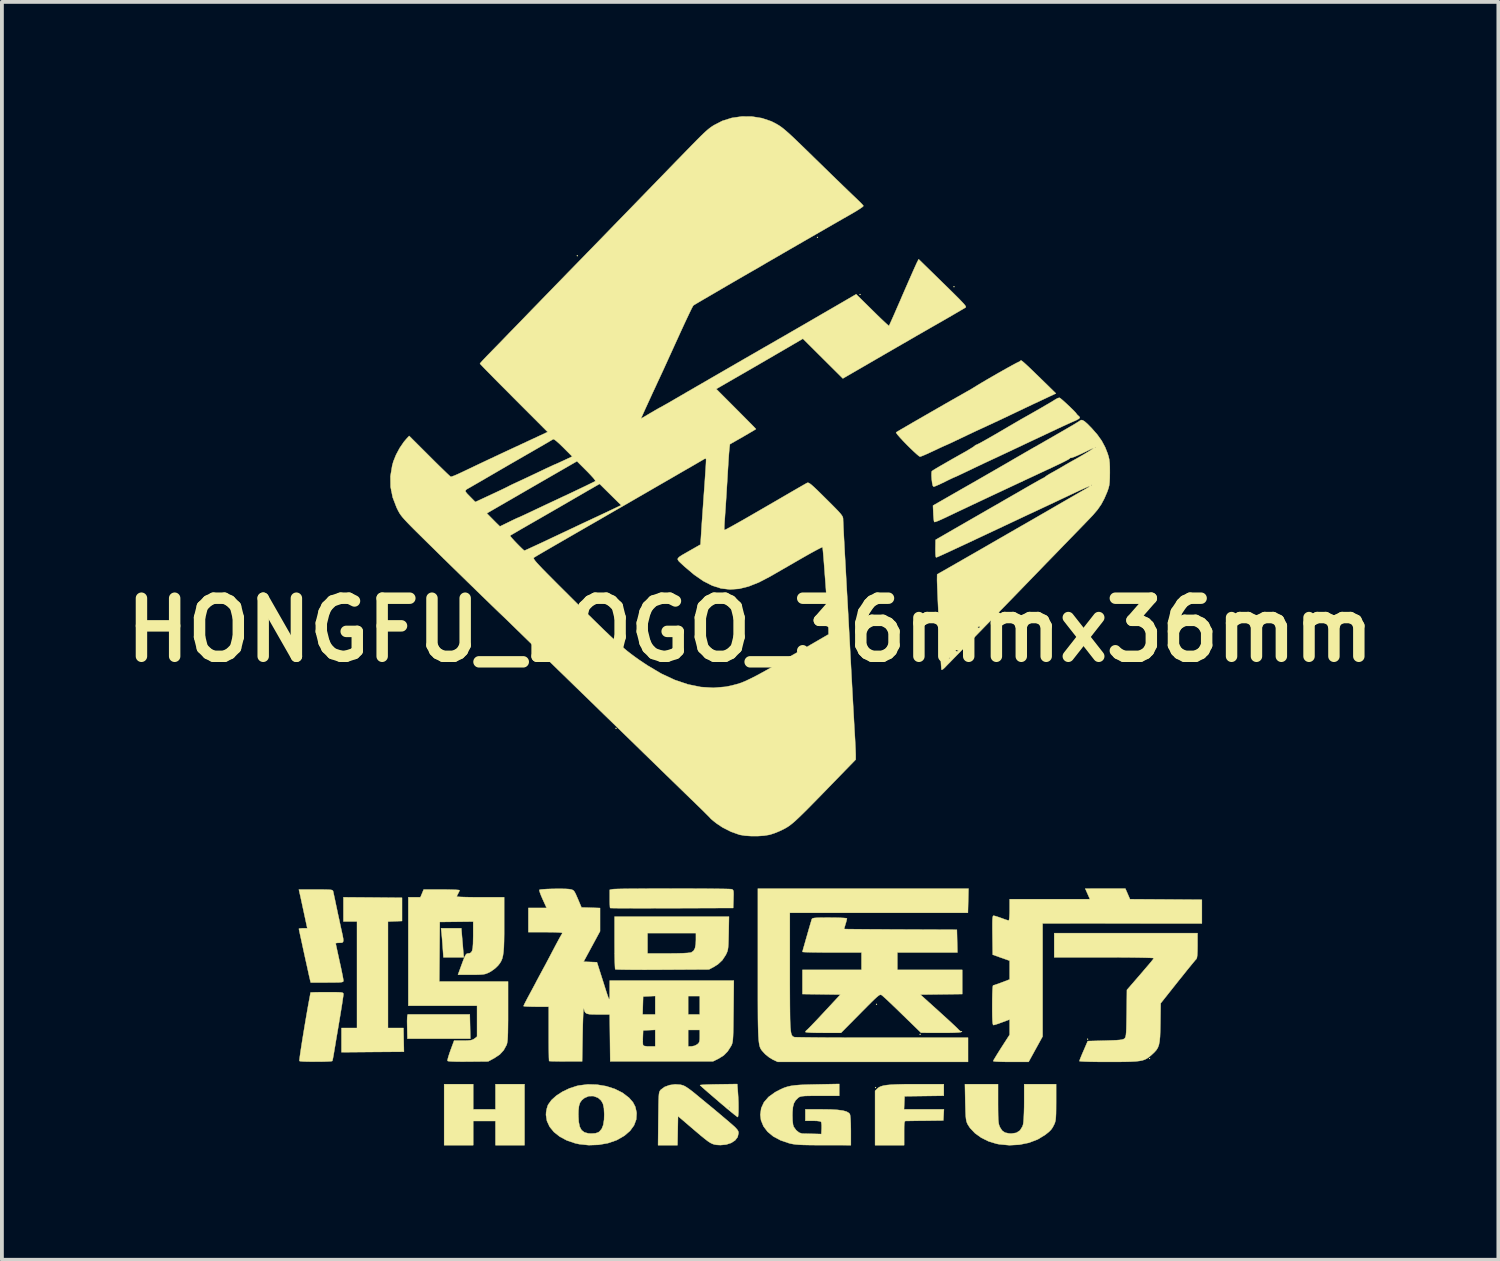
<source format=kicad_pcb>
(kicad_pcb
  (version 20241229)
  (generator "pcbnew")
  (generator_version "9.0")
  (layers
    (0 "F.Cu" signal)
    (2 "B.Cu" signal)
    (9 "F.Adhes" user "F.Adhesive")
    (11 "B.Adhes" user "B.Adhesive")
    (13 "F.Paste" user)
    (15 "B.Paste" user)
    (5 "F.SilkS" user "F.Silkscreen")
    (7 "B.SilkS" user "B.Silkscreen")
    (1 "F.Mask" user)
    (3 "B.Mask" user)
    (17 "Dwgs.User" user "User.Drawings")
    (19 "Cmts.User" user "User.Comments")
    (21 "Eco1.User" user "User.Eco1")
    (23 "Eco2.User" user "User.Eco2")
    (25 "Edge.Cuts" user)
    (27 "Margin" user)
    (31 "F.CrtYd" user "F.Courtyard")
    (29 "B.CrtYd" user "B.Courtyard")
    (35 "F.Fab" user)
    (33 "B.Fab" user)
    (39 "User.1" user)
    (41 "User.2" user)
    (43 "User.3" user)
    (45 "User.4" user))
  (footprint "HONGFU_LOGO_36mmx36mm"
    (layer "F.Cu")
    (at 16.626 13.475)
    (property "Reference" "HONGFU_LOGO_36mmx36mm" (at 0 0 0) (layer "F.SilkS") (effects (font (size 1.524 1.524) (thickness 0.3))))
    (attr through_hole)
    (fp_poly (pts (xy -4.521 -9.817) (xy -4.534 -9.804) (xy -4.547 -9.817) (xy -4.534 -9.83) (xy -4.521 -9.817)) (stroke (width 0.01) (type solid)) (fill yes) (layer "F.SilkS"))
    (fp_poly (pts (xy -3.505 2.578) (xy -3.518 2.591) (xy -3.531 2.578) (xy -3.518 2.565) (xy -3.505 2.578)) (stroke (width 0.01) (type solid)) (fill yes) (layer "F.SilkS"))
    (fp_poly (pts (xy 1.778 -10.3) (xy 1.765 -10.287) (xy 1.753 -10.3) (xy 1.765 -10.312) (xy 1.778 -10.3)) (stroke (width 0.01) (type solid)) (fill yes) (layer "F.SilkS"))
    (fp_poly (pts (xy 2.896 -8.801) (xy 2.883 -8.788) (xy 2.87 -8.801) (xy 2.883 -8.814) (xy 2.896 -8.801)) (stroke (width 0.01) (type solid)) (fill yes) (layer "F.SilkS"))
    (fp_poly (pts (xy 3.302 12.002) (xy 3.289 12.014) (xy 3.277 12.002) (xy 3.289 11.989) (xy 3.302 12.002)) (stroke (width 0.01) (type solid)) (fill yes) (layer "F.SilkS"))
    (fp_poly (pts (xy 3.327 9.817) (xy 3.315 9.83) (xy 3.302 9.817) (xy 3.315 9.804) (xy 3.327 9.817)) (stroke (width 0.01) (type solid)) (fill yes) (layer "F.SilkS"))
    (fp_poly (pts (xy 4.47 10.604) (xy 4.458 10.617) (xy 4.445 10.604) (xy 4.458 10.592) (xy 4.47 10.604)) (stroke (width 0.01) (type solid)) (fill yes) (layer "F.SilkS"))
    (fp_poly (pts (xy 5.359 -9.004) (xy 5.347 -8.992) (xy 5.334 -9.004) (xy 5.347 -9.017) (xy 5.359 -9.004)) (stroke (width 0.01) (type solid)) (fill yes) (layer "F.SilkS"))
    (fp_poly (pts (xy 8.865 10.732) (xy 8.852 10.744) (xy 8.839 10.732) (xy 8.852 10.719) (xy 8.865 10.732)) (stroke (width 0.01) (type solid)) (fill yes) (layer "F.SilkS"))
    (fp_poly (pts (xy 10.49 11.239) (xy 10.477 11.252) (xy 10.465 11.239) (xy 10.477 11.227) (xy 10.49 11.239)) (stroke (width 0.01) (type solid)) (fill yes) (layer "F.SilkS"))
    (fp_poly (pts (xy -7.264 12.573) (xy -6.68 12.573) (xy -6.68 11.913) (xy -5.918 11.913) (xy -5.918 13.513) (xy -6.68 13.513) (xy -6.68 12.878) (xy -7.264 12.878) (xy -7.264 13.513) (xy -8.026 13.513) (xy -8.026 11.913) (xy -7.264 11.913) (xy -7.264 12.573)) (stroke (width 0.01) (type solid)) (fill yes) (layer "F.SilkS"))
    (fp_poly (pts (xy -7.56 8.014) (xy -7.549 8.145) (xy -7.536 8.291) (xy -7.528 8.395) (xy -7.511 8.585) (xy -8.045 8.585) (xy -8.062 8.338) (xy -8.071 8.212) (xy -8.081 8.088) (xy -8.09 7.987) (xy -8.093 7.957) (xy -8.108 7.823) (xy -7.576 7.823) (xy -7.56 8.014)) (stroke (width 0.01) (type solid)) (fill yes) (layer "F.SilkS"))
    (fp_poly (pts (xy -8.443 10.082) (xy -8.253 10.082) (xy -8.153 10.083) (xy -7.353 10.083) (xy -7.346 10.401) (xy -7.339 10.719) (xy -8.989 10.719) (xy -8.996 10.401) (xy -8.998 10.259) (xy -8.995 10.156) (xy -8.987 10.097) (xy -8.979 10.083) (xy -8.948 10.083) (xy -8.873 10.083) (xy -8.759 10.082) (xy -8.614 10.082) (xy -8.443 10.082)) (stroke (width 0.01) (type solid)) (fill yes) (layer "F.SilkS"))
    (fp_poly (pts (xy -9.9 7.016) (xy -9.131 7.023) (xy -9.131 7.633) (xy -9.315 7.64) (xy -9.5 7.648) (xy -9.5 10.439) (xy -9.093 10.439) (xy -9.089 10.655) (xy -9.087 10.769) (xy -9.085 10.875) (xy -9.083 10.955) (xy -9.083 10.966) (xy -9.081 11.062) (xy -9.9 11.068) (xy -10.719 11.075) (xy -10.719 10.439) (xy -10.312 10.439) (xy -10.312 7.645) (xy -10.668 7.645) (xy -10.668 7.01) (xy -9.9 7.016)) (stroke (width 0.01) (type solid)) (fill yes) (layer "F.SilkS"))
    (fp_poly (pts (xy 5.08 12.216) (xy 4.051 12.23) (xy 4.036 12.573) (xy 5.083 12.573) (xy 5.075 12.719) (xy 5.067 12.865) (xy 4.597 12.871) (xy 4.445 12.872) (xy 4.309 12.874) (xy 4.197 12.876) (xy 4.118 12.877) (xy 4.083 12.877) (xy 4.064 12.882) (xy 4.052 12.901) (xy 4.044 12.943) (xy 4.04 13.016) (xy 4.039 13.128) (xy 4.039 13.195) (xy 4.039 13.513) (xy 3.277 13.513) (xy 3.277 12.088) (xy 3.336 12.029) (xy 3.375 11.997) (xy 3.425 11.972) (xy 3.493 11.952) (xy 3.582 11.937) (xy 3.7 11.926) (xy 3.85 11.919) (xy 4.039 11.914) (xy 4.271 11.913) (xy 4.37 11.913) (xy 5.08 11.913) (xy 5.08 12.216)) (stroke (width 0.01) (type solid)) (fill yes) (layer "F.SilkS"))
    (fp_poly (pts (xy -0.322 12.12) (xy -0.313 12.259) (xy -0.307 12.397) (xy -0.306 12.527) (xy -0.307 12.638) (xy -0.312 12.722) (xy -0.32 12.769) (xy -0.325 12.776) (xy -0.35 12.76) (xy -0.407 12.716) (xy -0.492 12.647) (xy -0.599 12.559) (xy -0.627 12.535) (xy -0.559 12.535) (xy -0.546 12.548) (xy -0.533 12.535) (xy -0.546 12.522) (xy -0.559 12.535) (xy -0.627 12.535) (xy -0.722 12.455) (xy -0.827 12.366) (xy -0.959 12.252) (xy -1.078 12.15) (xy -1.179 12.062) (xy -1.255 11.995) (xy -1.302 11.952) (xy -1.315 11.939) (xy -1.293 11.933) (xy -1.228 11.928) (xy -1.127 11.923) (xy -0.998 11.919) (xy -0.849 11.916) (xy -0.83 11.916) (xy -0.338 11.909) (xy -0.322 12.12)) (stroke (width 0.01) (type solid)) (fill yes) (layer "F.SilkS"))
    (fp_poly (pts (xy -1.837 6.783) (xy -1.595 6.783) (xy -1.363 6.784) (xy -1.147 6.785) (xy -0.953 6.787) (xy -0.785 6.789) (xy -0.649 6.791) (xy -0.551 6.794) (xy -0.496 6.797) (xy -0.488 6.798) (xy -0.461 6.808) (xy -0.445 6.827) (xy -0.436 6.864) (xy -0.434 6.932) (xy -0.437 7.038) (xy -0.437 7.052) (xy -0.445 7.291) (xy -2.053 7.297) (xy -2.334 7.297) (xy -2.6 7.298) (xy -2.846 7.298) (xy -3.068 7.298) (xy -3.263 7.297) (xy -3.424 7.297) (xy -3.549 7.295) (xy -3.632 7.294) (xy -3.671 7.292) (xy -3.672 7.292) (xy -3.677 7.264) (xy -3.681 7.196) (xy -3.683 7.102) (xy -3.683 7.047) (xy -3.683 6.814) (xy -3.604 6.798) (xy -3.563 6.795) (xy -3.477 6.792) (xy -3.352 6.789) (xy -3.193 6.787) (xy -3.005 6.786) (xy -2.795 6.784) (xy -2.568 6.783) (xy -2.329 6.783) (xy -2.083 6.782) (xy -1.837 6.783)) (stroke (width 0.01) (type solid)) (fill yes) (layer "F.SilkS"))
    (fp_poly (pts (xy -0.563 7.957) (xy -0.567 8.117) (xy -0.571 8.236) (xy -0.577 8.323) (xy -0.586 8.387) (xy -0.6 8.437) (xy -0.62 8.483) (xy -0.639 8.522) (xy -0.731 8.662) (xy -0.847 8.77) (xy -0.965 8.843) (xy -1.079 8.903) (xy -2.3 8.91) (xy -2.544 8.911) (xy -2.773 8.912) (xy -2.981 8.911) (xy -3.163 8.91) (xy -3.315 8.908) (xy -3.432 8.906) (xy -3.508 8.903) (xy -3.538 8.9) (xy -3.538 8.9) (xy -3.543 8.87) (xy -3.547 8.797) (xy -3.551 8.687) (xy -3.554 8.546) (xy -3.555 8.381) (xy -3.556 8.2) (xy -3.556 7.95) (xy -2.692 7.95) (xy -2.692 8.484) (xy -2.147 8.484) (xy -1.943 8.482) (xy -1.775 8.478) (xy -1.649 8.471) (xy -1.568 8.462) (xy -1.541 8.455) (xy -1.483 8.413) (xy -1.446 8.344) (xy -1.427 8.239) (xy -1.422 8.127) (xy -1.422 7.95) (xy -2.692 7.95) (xy -3.556 7.95) (xy -3.556 7.518) (xy -0.555 7.518) (xy -0.563 7.957)) (stroke (width 0.01) (type solid)) (fill yes) (layer "F.SilkS"))
    (fp_poly (pts (xy -10.943 9.5) (xy -10.829 9.501) (xy -10.752 9.504) (xy -10.705 9.51) (xy -10.68 9.52) (xy -10.67 9.534) (xy -10.668 9.553) (xy -10.672 9.592) (xy -10.684 9.674) (xy -10.701 9.791) (xy -10.724 9.935) (xy -10.751 10.099) (xy -10.771 10.22) (xy -10.802 10.406) (xy -10.833 10.589) (xy -10.862 10.759) (xy -10.886 10.906) (xy -10.905 11.018) (xy -10.912 11.059) (xy -10.929 11.161) (xy -10.945 11.244) (xy -10.957 11.295) (xy -10.96 11.304) (xy -10.989 11.311) (xy -11.058 11.316) (xy -11.157 11.32) (xy -11.276 11.323) (xy -11.404 11.323) (xy -11.531 11.322) (xy -11.647 11.32) (xy -11.741 11.316) (xy -11.803 11.31) (xy -11.823 11.304) (xy -11.822 11.275) (xy -11.813 11.203) (xy -11.798 11.094) (xy -11.777 10.955) (xy -11.752 10.794) (xy -11.723 10.615) (xy -11.692 10.427) (xy -11.66 10.236) (xy -11.628 10.049) (xy -11.597 9.872) (xy -11.569 9.719) (xy -11.551 9.625) (xy -11.538 9.552) (xy -11.532 9.513) (xy -11.532 9.509) (xy -11.508 9.506) (xy -11.441 9.503) (xy -11.34 9.501) (xy -11.213 9.5) (xy -11.1 9.5) (xy -10.943 9.5)) (stroke (width 0.01) (type solid)) (fill yes) (layer "F.SilkS"))
    (fp_poly (pts (xy -1.825 11.927) (xy -1.75 11.948) (xy -1.693 11.977) (xy -1.61 12.032) (xy -1.514 12.104) (xy -1.434 12.169) (xy -1.335 12.251) (xy -1.242 12.328) (xy -1.167 12.389) (xy -1.129 12.421) (xy -1.084 12.457) (xy -1.008 12.52) (xy -0.909 12.602) (xy -0.794 12.699) (xy -0.677 12.798) (xy -0.547 12.908) (xy -0.451 12.991) (xy -0.384 13.053) (xy -0.342 13.1) (xy -0.318 13.136) (xy -0.307 13.167) (xy -0.305 13.196) (xy -0.328 13.299) (xy -0.394 13.386) (xy -0.496 13.453) (xy -0.626 13.496) (xy -0.777 13.51) (xy -0.822 13.508) (xy -0.883 13.504) (xy -0.937 13.495) (xy -0.988 13.478) (xy -1.044 13.451) (xy -1.109 13.408) (xy -1.191 13.345) (xy -1.296 13.26) (xy -1.428 13.148) (xy -1.537 13.055) (xy -1.892 12.751) (xy -1.906 13.513) (xy -2.415 13.513) (xy -2.408 12.816) (xy -2.405 12.61) (xy -2.403 12.449) (xy -2.4 12.326) (xy -2.396 12.236) (xy -2.391 12.172) (xy -2.383 12.128) (xy -2.372 12.098) (xy -2.358 12.076) (xy -2.341 12.056) (xy -2.34 12.056) (xy -2.242 11.984) (xy -2.113 11.937) (xy -1.969 11.917) (xy -1.825 11.927)) (stroke (width 0.01) (type solid)) (fill yes) (layer "F.SilkS"))
    (fp_poly (pts (xy 6.502 12.425) (xy 6.503 12.603) (xy 6.505 12.737) (xy 6.508 12.837) (xy 6.515 12.91) (xy 6.524 12.964) (xy 6.538 13.008) (xy 6.554 13.044) (xy 6.61 13.131) (xy 6.686 13.183) (xy 6.79 13.205) (xy 6.857 13.208) (xy 6.983 13.188) (xy 7.077 13.127) (xy 7.141 13.025) (xy 7.16 12.969) (xy 7.169 12.905) (xy 7.177 12.801) (xy 7.183 12.666) (xy 7.187 12.512) (xy 7.188 12.384) (xy 7.188 11.913) (xy 8.026 11.913) (xy 8.026 12.389) (xy 8.025 12.561) (xy 8.023 12.69) (xy 8.018 12.786) (xy 8.011 12.855) (xy 7.999 12.908) (xy 7.984 12.951) (xy 7.976 12.967) (xy 7.935 13.047) (xy 7.892 13.108) (xy 7.836 13.164) (xy 7.752 13.231) (xy 7.74 13.241) (xy 7.541 13.362) (xy 7.312 13.449) (xy 7.062 13.5) (xy 6.8 13.514) (xy 6.534 13.489) (xy 6.458 13.474) (xy 6.252 13.411) (xy 6.062 13.317) (xy 5.897 13.198) (xy 5.767 13.061) (xy 5.707 12.968) (xy 5.688 12.927) (xy 5.673 12.882) (xy 5.663 12.825) (xy 5.655 12.748) (xy 5.65 12.641) (xy 5.646 12.498) (xy 5.643 12.389) (xy 5.634 11.913) (xy 6.502 11.913) (xy 6.502 12.425)) (stroke (width 0.01) (type solid)) (fill yes) (layer "F.SilkS"))
    (fp_poly (pts (xy 5.72 7.099) (xy 5.712 7.417) (xy 1.041 7.417) (xy 1.041 8.967) (xy 1.041 9.299) (xy 1.042 9.584) (xy 1.043 9.825) (xy 1.045 10.026) (xy 1.047 10.192) (xy 1.051 10.325) (xy 1.057 10.43) (xy 1.065 10.51) (xy 1.074 10.57) (xy 1.086 10.611) (xy 1.101 10.64) (xy 1.118 10.658) (xy 1.138 10.67) (xy 1.157 10.678) (xy 1.188 10.68) (xy 1.266 10.682) (xy 1.387 10.684) (xy 1.549 10.686) (xy 1.746 10.688) (xy 1.975 10.69) (xy 2.234 10.691) (xy 2.517 10.692) (xy 2.821 10.693) (xy 3.143 10.693) (xy 3.456 10.693) (xy 5.715 10.693) (xy 5.715 11.328) (xy 3.219 11.328) (xy 0.724 11.328) (xy 0.597 11.269) (xy 0.502 11.212) (xy 0.409 11.138) (xy 0.375 11.104) (xy 0.345 11.071) (xy 0.318 11.042) (xy 0.295 11.013) (xy 0.275 10.98) (xy 0.258 10.941) (xy 0.244 10.892) (xy 0.233 10.829) (xy 0.224 10.749) (xy 0.217 10.648) (xy 0.212 10.524) (xy 0.208 10.372) (xy 0.205 10.189) (xy 0.204 9.972) (xy 0.203 9.717) (xy 0.203 9.42) (xy 0.203 9.079) (xy 0.203 8.798) (xy 0.203 6.782) (xy 2.965 6.782) (xy 5.728 6.782) (xy 5.72 7.099)) (stroke (width 0.01) (type solid)) (fill yes) (layer "F.SilkS"))
    (fp_poly (pts (xy -4.016 11.925) (xy -3.776 11.965) (xy -3.551 12.037) (xy -3.349 12.138) (xy -3.182 12.265) (xy -3.175 12.271) (xy -3.074 12.387) (xy -3.012 12.506) (xy -2.981 12.647) (xy -2.978 12.676) (xy -2.988 12.839) (xy -3.046 12.994) (xy -3.15 13.137) (xy -3.297 13.264) (xy -3.486 13.373) (xy -3.51 13.384) (xy -3.731 13.46) (xy -3.977 13.503) (xy -4.233 13.512) (xy -4.484 13.485) (xy -4.593 13.461) (xy -4.81 13.387) (xy -4.996 13.287) (xy -5.147 13.167) (xy -5.26 13.029) (xy -5.33 12.877) (xy -5.354 12.725) (xy -4.506 12.725) (xy -4.497 12.899) (xy -4.47 13.029) (xy -4.421 13.119) (xy -4.347 13.176) (xy -4.244 13.204) (xy -4.163 13.208) (xy -4.057 13.201) (xy -3.983 13.176) (xy -3.955 13.157) (xy -3.894 13.086) (xy -3.853 12.983) (xy -3.831 12.843) (xy -3.827 12.7) (xy -3.835 12.544) (xy -3.86 12.428) (xy -3.907 12.343) (xy -3.979 12.278) (xy -3.995 12.267) (xy -4.113 12.224) (xy -4.235 12.227) (xy -4.346 12.275) (xy -4.415 12.332) (xy -4.462 12.398) (xy -4.49 12.485) (xy -4.503 12.603) (xy -4.506 12.725) (xy -5.354 12.725) (xy -5.355 12.716) (xy -5.351 12.647) (xy -5.334 12.556) (xy -5.308 12.473) (xy -5.298 12.45) (xy -5.211 12.329) (xy -5.083 12.214) (xy -4.923 12.11) (xy -4.741 12.023) (xy -4.547 11.96) (xy -4.496 11.948) (xy -4.259 11.918) (xy -4.016 11.925)) (stroke (width 0.01) (type solid)) (fill yes) (layer "F.SilkS"))
    (fp_poly (pts (xy 9.842 6.783) (xy 9.903 6.922) (xy 9.963 7.061) (xy 10.906 7.067) (xy 11.849 7.074) (xy 11.849 7.697) (xy 7.671 7.696) (xy 7.671 10.661) (xy 7.304 11.328) (xy 6.839 11.328) (xy 6.692 11.327) (xy 6.564 11.324) (xy 6.464 11.32) (xy 6.398 11.314) (xy 6.375 11.307) (xy 6.388 11.279) (xy 6.425 11.217) (xy 6.479 11.128) (xy 6.547 11.019) (xy 6.591 10.95) (xy 6.807 10.615) (xy 6.807 10.216) (xy 6.61 10.289) (xy 6.515 10.324) (xy 6.437 10.349) (xy 6.388 10.362) (xy 6.382 10.363) (xy 6.371 10.351) (xy 6.362 10.312) (xy 6.356 10.241) (xy 6.352 10.133) (xy 6.35 9.983) (xy 6.35 9.842) (xy 6.351 9.678) (xy 6.354 9.537) (xy 6.359 9.427) (xy 6.365 9.353) (xy 6.372 9.322) (xy 6.373 9.322) (xy 6.406 9.313) (xy 6.474 9.29) (xy 6.564 9.258) (xy 6.602 9.243) (xy 6.807 9.165) (xy 6.807 8.92) (xy 6.807 8.674) (xy 6.585 8.596) (xy 6.363 8.517) (xy 6.356 8.005) (xy 6.354 7.828) (xy 6.354 7.695) (xy 6.356 7.602) (xy 6.361 7.541) (xy 6.369 7.507) (xy 6.38 7.494) (xy 6.385 7.493) (xy 6.425 7.502) (xy 6.497 7.524) (xy 6.586 7.555) (xy 6.589 7.556) (xy 6.676 7.588) (xy 6.745 7.611) (xy 6.782 7.62) (xy 6.782 7.62) (xy 6.793 7.596) (xy 6.801 7.529) (xy 6.806 7.426) (xy 6.807 7.341) (xy 6.807 7.061) (xy 8.913 7.061) (xy 8.789 6.782) (xy 9.842 6.783)) (stroke (width 0.01) (type solid)) (fill yes) (layer "F.SilkS"))
    (fp_poly (pts (xy -11.233 6.807) (xy -11.117 6.809) (xy -11.037 6.812) (xy -10.986 6.817) (xy -10.957 6.827) (xy -10.943 6.841) (xy -10.936 6.86) (xy -10.936 6.864) (xy -10.926 6.909) (xy -10.908 6.993) (xy -10.884 7.105) (xy -10.857 7.236) (xy -10.845 7.29) (xy -10.813 7.444) (xy -10.778 7.603) (xy -10.747 7.75) (xy -10.721 7.868) (xy -10.718 7.882) (xy -10.689 8.013) (xy -10.673 8.103) (xy -10.671 8.159) (xy -10.684 8.189) (xy -10.713 8.202) (xy -10.76 8.204) (xy -10.77 8.204) (xy -10.833 8.207) (xy -10.869 8.215) (xy -10.871 8.218) (xy -10.866 8.246) (xy -10.851 8.316) (xy -10.829 8.419) (xy -10.801 8.547) (xy -10.77 8.69) (xy -10.737 8.839) (xy -10.709 8.973) (xy -10.687 9.083) (xy -10.673 9.161) (xy -10.668 9.197) (xy -10.671 9.215) (xy -10.684 9.228) (xy -10.714 9.236) (xy -10.768 9.242) (xy -10.854 9.244) (xy -10.978 9.245) (xy -11.097 9.246) (xy -11.526 9.246) (xy -11.542 9.183) (xy -11.552 9.137) (xy -11.572 9.053) (xy -11.597 8.938) (xy -11.627 8.801) (xy -11.661 8.649) (xy -11.696 8.49) (xy -11.73 8.333) (xy -11.762 8.184) (xy -11.791 8.052) (xy -11.814 7.945) (xy -11.83 7.871) (xy -11.836 7.837) (xy -11.836 7.836) (xy -11.814 7.828) (xy -11.757 7.824) (xy -11.726 7.823) (xy -11.616 7.823) (xy -11.713 7.372) (xy -11.745 7.224) (xy -11.774 7.089) (xy -11.798 6.978) (xy -11.816 6.9) (xy -11.824 6.864) (xy -11.837 6.807) (xy -11.393 6.807) (xy -11.233 6.807)) (stroke (width 0.01) (type solid)) (fill yes) (layer "F.SilkS"))
    (fp_poly (pts (xy 2.337 12.217) (xy 1.832 12.217) (xy 1.659 12.218) (xy 1.529 12.219) (xy 1.435 12.222) (xy 1.369 12.228) (xy 1.323 12.237) (xy 1.291 12.249) (xy 1.265 12.267) (xy 1.26 12.27) (xy 1.194 12.335) (xy 1.149 12.411) (xy 1.122 12.511) (xy 1.111 12.644) (xy 1.109 12.725) (xy 1.113 12.869) (xy 1.125 12.974) (xy 1.142 13.03) (xy 1.207 13.12) (xy 1.285 13.183) (xy 1.363 13.209) (xy 1.367 13.209) (xy 1.424 13.21) (xy 1.515 13.212) (xy 1.622 13.215) (xy 1.651 13.215) (xy 1.867 13.221) (xy 1.875 13.071) (xy 1.875 12.986) (xy 1.868 12.922) (xy 1.858 12.897) (xy 1.822 12.885) (xy 1.75 12.876) (xy 1.656 12.873) (xy 1.641 12.873) (xy 1.448 12.873) (xy 1.448 12.573) (xy 1.888 12.573) (xy 2.114 12.576) (xy 2.294 12.587) (xy 2.431 12.605) (xy 2.529 12.632) (xy 2.591 12.669) (xy 2.616 12.699) (xy 2.625 12.741) (xy 2.633 12.823) (xy 2.638 12.936) (xy 2.641 13.068) (xy 2.642 13.13) (xy 2.642 13.513) (xy 1.924 13.511) (xy 1.706 13.511) (xy 1.531 13.509) (xy 1.394 13.506) (xy 1.285 13.501) (xy 1.199 13.494) (xy 1.128 13.484) (xy 1.064 13.472) (xy 1.021 13.461) (xy 0.797 13.385) (xy 0.608 13.284) (xy 0.458 13.16) (xy 0.35 13.018) (xy 0.285 12.859) (xy 0.267 12.713) (xy 0.291 12.541) (xy 0.363 12.386) (xy 0.483 12.248) (xy 0.65 12.127) (xy 0.704 12.097) (xy 0.8 12.048) (xy 0.887 12.009) (xy 0.974 11.98) (xy 1.068 11.958) (xy 1.178 11.943) (xy 1.312 11.932) (xy 1.478 11.925) (xy 1.685 11.92) (xy 1.734 11.919) (xy 2.337 11.907) (xy 2.337 12.217)) (stroke (width 0.01) (type solid)) (fill yes) (layer "F.SilkS"))
    (fp_poly (pts (xy 7.12 -7.064) (xy 7.151 -7.041) (xy 7.198 -7) (xy 7.265 -6.939) (xy 7.354 -6.855) (xy 7.469 -6.744) (xy 7.613 -6.604) (xy 7.789 -6.433) (xy 7.863 -6.36) (xy 8.021 -6.205) (xy 7.814 -6.108) (xy 7.633 -6.023) (xy 7.417 -5.922) (xy 7.181 -5.81) (xy 6.935 -5.693) (xy 6.82 -5.638) (xy 6.526 -5.499) (xy 6.212 -5.353) (xy 6.007 -5.258) (xy 5.939 -5.227) (xy 5.837 -5.179) (xy 5.712 -5.12) (xy 5.577 -5.055) (xy 5.515 -5.026) (xy 5.391 -4.967) (xy 5.284 -4.916) (xy 5.201 -4.878) (xy 5.152 -4.856) (xy 5.141 -4.851) (xy 5.117 -4.841) (xy 5.054 -4.813) (xy 4.963 -4.771) (xy 4.852 -4.718) (xy 4.811 -4.699) (xy 4.692 -4.644) (xy 4.588 -4.597) (xy 4.508 -4.564) (xy 4.461 -4.548) (xy 4.455 -4.547) (xy 4.426 -4.564) (xy 4.369 -4.612) (xy 4.29 -4.684) (xy 4.195 -4.775) (xy 4.114 -4.855) (xy 4.015 -4.957) (xy 3.932 -5.047) (xy 3.869 -5.119) (xy 3.834 -5.167) (xy 3.828 -5.184) (xy 3.853 -5.199) (xy 3.916 -5.237) (xy 4.012 -5.293) (xy 4.136 -5.365) (xy 4.281 -5.45) (xy 4.443 -5.543) (xy 4.615 -5.642) (xy 4.792 -5.744) (xy 4.968 -5.845) (xy 5.138 -5.943) (xy 5.296 -6.033) (xy 5.437 -6.113) (xy 5.555 -6.18) (xy 5.644 -6.23) (xy 5.664 -6.242) (xy 5.753 -6.292) (xy 5.841 -6.344) (xy 5.867 -6.361) (xy 5.957 -6.416) (xy 6.071 -6.485) (xy 6.202 -6.562) (xy 6.345 -6.645) (xy 6.491 -6.729) (xy 6.634 -6.81) (xy 6.766 -6.884) (xy 6.882 -6.948) (xy 6.973 -6.997) (xy 7.033 -7.027) (xy 7.055 -7.036) (xy 7.088 -7.056) (xy 7.094 -7.068) (xy 7.102 -7.072) (xy 7.12 -7.064)) (stroke (width 0.01) (type solid)) (fill yes) (layer "F.SilkS"))
    (fp_poly (pts (xy 11.735 8.277) (xy 11.733 8.425) (xy 11.728 8.528) (xy 11.719 8.594) (xy 11.705 8.628) (xy 11.701 8.633) (xy 11.676 8.659) (xy 11.625 8.721) (xy 11.551 8.811) (xy 11.458 8.925) (xy 11.352 9.058) (xy 11.235 9.203) (xy 11.217 9.226) (xy 10.768 9.792) (xy 10.761 10.312) (xy 10.757 10.511) (xy 10.751 10.667) (xy 10.739 10.788) (xy 10.721 10.882) (xy 10.693 10.957) (xy 10.653 11.02) (xy 10.6 11.079) (xy 10.531 11.143) (xy 10.528 11.146) (xy 10.471 11.194) (xy 10.417 11.233) (xy 10.361 11.263) (xy 10.295 11.287) (xy 10.214 11.303) (xy 10.111 11.315) (xy 9.981 11.322) (xy 9.818 11.326) (xy 9.615 11.328) (xy 9.406 11.328) (xy 9.214 11.328) (xy 9.04 11.326) (xy 8.889 11.323) (xy 8.768 11.319) (xy 8.683 11.314) (xy 8.64 11.309) (xy 8.636 11.307) (xy 8.646 11.276) (xy 8.672 11.209) (xy 8.71 11.117) (xy 8.746 11.034) (xy 8.855 10.782) (xy 9.316 10.77) (xy 9.484 10.764) (xy 9.608 10.759) (xy 9.696 10.752) (xy 9.755 10.743) (xy 9.794 10.731) (xy 9.818 10.716) (xy 9.823 10.712) (xy 9.837 10.693) (xy 9.848 10.665) (xy 9.857 10.621) (xy 9.863 10.554) (xy 9.868 10.46) (xy 9.871 10.33) (xy 9.874 10.159) (xy 9.876 10.053) (xy 9.883 9.44) (xy 10.117 9.17) (xy 10.256 9.009) (xy 10.364 8.882) (xy 10.447 8.786) (xy 10.507 8.715) (xy 10.547 8.665) (xy 10.572 8.633) (xy 10.585 8.614) (xy 10.588 8.608) (xy 10.565 8.603) (xy 10.494 8.599) (xy 10.38 8.595) (xy 10.226 8.592) (xy 10.035 8.589) (xy 9.81 8.587) (xy 9.556 8.586) (xy 9.286 8.585) (xy 7.976 8.585) (xy 7.976 7.95) (xy 11.735 7.95) (xy 11.735 8.277)) (stroke (width 0.01) (type solid)) (fill yes) (layer "F.SilkS"))
    (fp_poly (pts (xy 8.115 -6.091) (xy 8.144 -6.072) (xy 8.198 -6.027) (xy 8.269 -5.963) (xy 8.348 -5.89) (xy 8.426 -5.815) (xy 8.493 -5.749) (xy 8.541 -5.698) (xy 8.56 -5.672) (xy 8.56 -5.672) (xy 8.577 -5.649) (xy 8.613 -5.616) (xy 8.641 -5.589) (xy 8.646 -5.566) (xy 8.621 -5.54) (xy 8.563 -5.508) (xy 8.464 -5.463) (xy 8.433 -5.45) (xy 8.337 -5.407) (xy 8.215 -5.351) (xy 8.085 -5.291) (xy 8.014 -5.257) (xy 7.884 -5.196) (xy 7.746 -5.131) (xy 7.622 -5.072) (xy 7.569 -5.048) (xy 7.463 -4.998) (xy 7.331 -4.936) (xy 7.193 -4.871) (xy 7.112 -4.832) (xy 6.914 -4.739) (xy 6.755 -4.664) (xy 6.629 -4.605) (xy 6.529 -4.558) (xy 6.449 -4.52) (xy 6.381 -4.489) (xy 6.325 -4.463) (xy 6.254 -4.43) (xy 6.149 -4.381) (xy 6.021 -4.32) (xy 5.88 -4.253) (xy 5.783 -4.206) (xy 5.652 -4.144) (xy 5.538 -4.09) (xy 5.448 -4.047) (xy 5.39 -4.021) (xy 5.371 -4.013) (xy 5.345 -4.003) (xy 5.283 -3.974) (xy 5.195 -3.932) (xy 5.103 -3.886) (xy 4.997 -3.835) (xy 4.906 -3.794) (xy 4.841 -3.767) (xy 4.814 -3.759) (xy 4.792 -3.783) (xy 4.775 -3.855) (xy 4.763 -3.952) (xy 4.757 -4.047) (xy 4.758 -4.122) (xy 4.765 -4.164) (xy 4.766 -4.166) (xy 4.8 -4.19) (xy 4.873 -4.235) (xy 4.983 -4.3) (xy 5.124 -4.381) (xy 5.291 -4.477) (xy 5.482 -4.585) (xy 5.563 -4.63) (xy 5.677 -4.695) (xy 5.774 -4.753) (xy 5.846 -4.798) (xy 5.884 -4.825) (xy 5.889 -4.83) (xy 5.914 -4.851) (xy 5.917 -4.851) (xy 5.952 -4.865) (xy 6.03 -4.904) (xy 6.149 -4.97) (xy 6.309 -5.061) (xy 6.51 -5.177) (xy 6.655 -5.262) (xy 6.787 -5.34) (xy 6.913 -5.413) (xy 7.023 -5.477) (xy 7.105 -5.525) (xy 7.137 -5.543) (xy 7.313 -5.642) (xy 7.483 -5.739) (xy 7.64 -5.829) (xy 7.778 -5.91) (xy 7.891 -5.976) (xy 7.971 -6.025) (xy 8.009 -6.049) (xy 8.067 -6.081) (xy 8.112 -6.092) (xy 8.115 -6.091)) (stroke (width 0.01) (type solid)) (fill yes) (layer "F.SilkS"))
    (fp_poly (pts (xy -7.943 6.808) (xy -7.814 6.811) (xy -7.712 6.815) (xy -7.645 6.82) (xy -7.621 6.826) (xy -7.621 6.826) (xy -7.633 6.86) (xy -7.658 6.909) (xy -7.685 6.961) (xy -7.695 6.991) (xy -7.671 6.997) (xy -7.603 7.001) (xy -7.498 7.005) (xy -7.363 7.008) (xy -7.204 7.01) (xy -7.074 7.01) (xy -6.452 7.01) (xy -6.452 7.73) (xy -6.452 7.969) (xy -6.455 8.164) (xy -6.46 8.32) (xy -6.47 8.444) (xy -6.484 8.541) (xy -6.503 8.619) (xy -6.53 8.683) (xy -6.563 8.739) (xy -6.606 8.794) (xy -6.616 8.806) (xy -6.694 8.88) (xy -6.79 8.949) (xy -6.838 8.977) (xy -6.895 9.003) (xy -6.948 9.022) (xy -7.007 9.033) (xy -7.086 9.039) (xy -7.194 9.042) (xy -7.317 9.042) (xy -7.664 9.042) (xy -7.562 8.763) (xy -7.517 8.642) (xy -7.483 8.561) (xy -7.456 8.513) (xy -7.431 8.49) (xy -7.405 8.484) (xy -7.404 8.484) (xy -7.354 8.478) (xy -7.318 8.456) (xy -7.292 8.412) (xy -7.276 8.338) (xy -7.268 8.229) (xy -7.265 8.078) (xy -7.264 8.02) (xy -7.264 7.648) (xy -7.703 7.653) (xy -8.141 7.658) (xy -8.147 8.439) (xy -8.154 9.22) (xy -6.35 9.22) (xy -6.35 10.004) (xy -6.35 10.233) (xy -6.352 10.416) (xy -6.354 10.56) (xy -6.358 10.67) (xy -6.363 10.752) (xy -6.371 10.813) (xy -6.38 10.857) (xy -6.39 10.886) (xy -6.465 11.023) (xy -6.566 11.133) (xy -6.705 11.226) (xy -6.712 11.23) (xy -6.871 11.316) (xy -7.397 11.321) (xy -7.575 11.322) (xy -7.723 11.32) (xy -7.837 11.316) (xy -7.91 11.31) (xy -7.938 11.302) (xy -7.936 11.27) (xy -7.918 11.201) (xy -7.888 11.107) (xy -7.859 11.024) (xy -7.765 10.77) (xy -7.531 10.77) (xy -7.414 10.768) (xy -7.335 10.761) (xy -7.281 10.747) (xy -7.239 10.724) (xy -7.23 10.717) (xy -7.163 10.664) (xy -7.163 9.855) (xy -8.966 9.855) (xy -8.966 7.01) (xy -8.807 7.01) (xy -8.649 7.01) (xy -8.606 6.909) (xy -8.564 6.807) (xy -8.092 6.807) (xy -7.943 6.808)) (stroke (width 0.01) (type solid)) (fill yes) (layer "F.SilkS"))
    (fp_poly (pts (xy 2.23 7.545) (xy 2.357 7.548) (xy 2.456 7.553) (xy 2.52 7.559) (xy 2.54 7.565) (xy 2.533 7.6) (xy 2.516 7.666) (xy 2.502 7.711) (xy 2.481 7.783) (xy 2.467 7.831) (xy 2.464 7.842) (xy 2.489 7.843) (xy 2.56 7.845) (xy 2.672 7.846) (xy 2.823 7.848) (xy 3.006 7.849) (xy 3.218 7.851) (xy 3.454 7.852) (xy 3.709 7.854) (xy 3.943 7.855) (xy 5.423 7.861) (xy 5.437 8.458) (xy 3.861 8.458) (xy 3.861 8.915) (xy 5.563 8.915) (xy 5.563 9.549) (xy 5.014 9.556) (xy 4.465 9.563) (xy 4.944 9.995) (xy 5.077 10.116) (xy 5.2 10.228) (xy 5.307 10.327) (xy 5.391 10.406) (xy 5.448 10.461) (xy 5.469 10.484) (xy 5.511 10.52) (xy 5.543 10.525) (xy 5.558 10.524) (xy 5.552 10.537) (xy 5.526 10.548) (xy 5.462 10.556) (xy 5.356 10.562) (xy 5.205 10.565) (xy 5.009 10.565) (xy 4.483 10.564) (xy 4 10.095) (xy 3.869 9.967) (xy 3.746 9.849) (xy 3.638 9.746) (xy 3.55 9.664) (xy 3.488 9.608) (xy 3.458 9.583) (xy 3.44 9.571) (xy 3.421 9.567) (xy 3.398 9.572) (xy 3.366 9.592) (xy 3.321 9.629) (xy 3.258 9.687) (xy 3.173 9.77) (xy 3.062 9.881) (xy 2.92 10.024) (xy 2.891 10.054) (xy 2.384 10.566) (xy 1.916 10.566) (xy 1.752 10.565) (xy 1.618 10.562) (xy 1.519 10.556) (xy 1.461 10.549) (xy 1.448 10.542) (xy 1.467 10.51) (xy 1.482 10.498) (xy 1.509 10.474) (xy 1.564 10.419) (xy 1.644 10.336) (xy 1.743 10.233) (xy 1.855 10.113) (xy 1.942 10.02) (xy 2.367 9.563) (xy 1.869 9.556) (xy 1.372 9.549) (xy 1.372 8.915) (xy 2.921 8.915) (xy 2.921 8.458) (xy 2.146 8.458) (xy 1.954 8.458) (xy 1.779 8.456) (xy 1.627 8.454) (xy 1.505 8.451) (xy 1.42 8.448) (xy 1.376 8.444) (xy 1.372 8.442) (xy 1.378 8.415) (xy 1.396 8.348) (xy 1.424 8.252) (xy 1.457 8.134) (xy 1.494 8.006) (xy 1.531 7.875) (xy 1.567 7.752) (xy 1.599 7.645) (xy 1.616 7.588) (xy 1.625 7.572) (xy 1.645 7.561) (xy 1.684 7.553) (xy 1.749 7.548) (xy 1.847 7.545) (xy 1.984 7.544) (xy 2.085 7.544) (xy 2.23 7.545)) (stroke (width 0.01) (type solid)) (fill yes) (layer "F.SilkS"))
    (fp_poly (pts (xy -4.952 6.788) (xy -4.843 6.79) (xy -4.76 6.795) (xy -4.729 6.799) (xy -4.678 6.81) (xy -4.641 6.826) (xy -4.612 6.857) (xy -4.581 6.912) (xy -4.542 7) (xy -4.521 7.048) (xy -4.424 7.277) (xy -4.18 7.284) (xy -3.937 7.292) (xy -3.937 7.902) (xy -4.153 8.301) (xy -4.369 8.7) (xy -4.018 8.714) (xy -3.887 9.126) (xy -3.825 9.321) (xy -3.778 9.47) (xy -3.742 9.578) (xy -3.717 9.647) (xy -3.701 9.68) (xy -3.692 9.68) (xy -3.687 9.65) (xy -3.685 9.594) (xy -3.685 9.515) (xy -3.685 9.468) (xy -3.683 9.195) (xy -0.428 9.195) (xy -0.436 10.001) (xy -0.439 10.226) (xy -0.441 10.405) (xy -0.444 10.546) (xy -0.448 10.653) (xy -0.453 10.733) (xy -0.46 10.793) (xy -0.469 10.836) (xy -0.48 10.871) (xy -0.495 10.902) (xy -0.5 10.912) (xy -0.59 11.053) (xy -0.692 11.157) (xy -0.82 11.238) (xy -0.833 11.245) (xy -0.978 11.316) (xy -3.67 11.316) (xy -3.676 10.771) (xy -2.816 10.771) (xy -2.814 10.847) (xy -2.809 10.888) (xy -2.778 10.91) (xy -2.703 10.921) (xy -2.642 10.922) (xy -2.489 10.922) (xy -2.489 10.49) (xy -1.626 10.49) (xy -1.626 10.922) (xy -1.54 10.922) (xy -1.455 10.905) (xy -1.388 10.869) (xy -1.351 10.835) (xy -1.331 10.794) (xy -1.322 10.732) (xy -1.321 10.653) (xy -1.321 10.49) (xy -1.626 10.49) (xy -2.489 10.49) (xy -2.489 10.488) (xy -2.648 10.495) (xy -2.807 10.503) (xy -2.814 10.678) (xy -2.816 10.771) (xy -3.676 10.771) (xy -3.684 10.084) (xy -2.821 10.084) (xy -2.489 10.084) (xy -2.489 9.601) (xy -1.626 9.601) (xy -1.626 10.084) (xy -1.321 10.084) (xy -1.321 9.601) (xy -1.626 9.601) (xy -2.489 9.601) (xy -2.489 9.599) (xy -2.648 9.606) (xy -2.807 9.614) (xy -2.814 9.849) (xy -2.821 10.084) (xy -3.684 10.084) (xy -3.985 10.084) (xy -4.123 10.083) (xy -4.219 10.077) (xy -4.282 10.063) (xy -4.321 10.038) (xy -4.344 9.997) (xy -4.36 9.937) (xy -4.362 9.929) (xy -4.368 9.93) (xy -4.373 9.976) (xy -4.379 10.065) (xy -4.384 10.191) (xy -4.389 10.351) (xy -4.393 10.538) (xy -4.394 10.579) (xy -4.407 11.316) (xy -4.834 11.316) (xy -4.976 11.315) (xy -5.1 11.313) (xy -5.196 11.311) (xy -5.256 11.308) (xy -5.273 11.305) (xy -5.275 11.278) (xy -5.278 11.207) (xy -5.28 11.098) (xy -5.282 10.957) (xy -5.283 10.793) (xy -5.283 10.61) (xy -5.283 10.588) (xy -5.283 9.881) (xy -5.613 9.881) (xy -5.736 9.879) (xy -5.838 9.876) (xy -5.91 9.871) (xy -5.943 9.865) (xy -5.944 9.864) (xy -5.932 9.836) (xy -5.902 9.774) (xy -5.858 9.689) (xy -5.833 9.642) (xy -5.768 9.521) (xy -5.692 9.38) (xy -5.62 9.245) (xy -5.601 9.207) (xy -5.54 9.093) (xy -5.479 8.98) (xy -5.428 8.885) (xy -5.41 8.852) (xy -5.372 8.782) (xy -5.318 8.68) (xy -5.253 8.557) (xy -5.185 8.427) (xy -5.168 8.395) (xy -5.104 8.273) (xy -5.046 8.165) (xy -4.999 8.078) (xy -4.968 8.024) (xy -4.962 8.014) (xy -4.935 7.968) (xy -4.928 7.945) (xy -4.952 7.938) (xy -5.018 7.933) (xy -5.12 7.928) (xy -5.247 7.926) (xy -5.372 7.925) (xy -5.817 7.925) (xy -5.817 7.29) (xy -5.338 7.29) (xy -5.442 7.062) (xy -5.485 6.963) (xy -5.515 6.882) (xy -5.53 6.83) (xy -5.529 6.816) (xy -5.496 6.807) (xy -5.423 6.8) (xy -5.322 6.794) (xy -5.202 6.79) (xy -5.075 6.788) (xy -4.952 6.788)) (stroke (width 0.01) (type solid)) (fill yes) (layer "F.SilkS"))
    (fp_poly (pts (xy 8.721 -5.503) (xy 8.775 -5.47) (xy 8.849 -5.405) (xy 8.948 -5.304) (xy 8.949 -5.304) (xy 9.103 -5.129) (xy 9.221 -4.964) (xy 9.312 -4.794) (xy 9.375 -4.634) (xy 9.401 -4.551) (xy 9.419 -4.473) (xy 9.429 -4.388) (xy 9.434 -4.279) (xy 9.435 -4.135) (xy 9.435 -4.128) (xy 9.433 -3.986) (xy 9.428 -3.881) (xy 9.419 -3.8) (xy 9.402 -3.729) (xy 9.377 -3.654) (xy 9.364 -3.619) (xy 9.289 -3.445) (xy 9.209 -3.296) (xy 9.113 -3.157) (xy 8.991 -3.014) (xy 8.903 -2.921) (xy 8.815 -2.83) (xy 8.701 -2.712) (xy 8.569 -2.576) (xy 8.429 -2.432) (xy 8.289 -2.288) (xy 8.24 -2.238) (xy 8.111 -2.104) (xy 7.985 -1.974) (xy 7.869 -1.855) (xy 7.77 -1.754) (xy 7.697 -1.678) (xy 7.671 -1.651) (xy 7.528 -1.503) (xy 7.362 -1.332) (xy 7.179 -1.143) (xy 6.983 -0.941) (xy 6.781 -0.733) (xy 6.576 -0.523) (xy 6.376 -0.316) (xy 6.183 -0.119) (xy 6.005 0.064) (xy 5.846 0.228) (xy 5.711 0.366) (xy 5.606 0.473) (xy 5.597 0.483) (xy 5.474 0.608) (xy 5.359 0.725) (xy 5.258 0.829) (xy 5.176 0.912) (xy 5.121 0.969) (xy 5.107 0.985) (xy 5.053 1.033) (xy 5.023 1.042) (xy 5.018 1.035) (xy 5.015 1.003) (xy 5.009 0.927) (xy 5.002 0.811) (xy 4.998 0.737) (xy 5.029 0.737) (xy 5.049 0.761) (xy 5.055 0.762) (xy 5.079 0.743) (xy 5.08 0.737) (xy 5.182 0.737) (xy 5.201 0.761) (xy 5.207 0.762) (xy 5.232 0.743) (xy 5.232 0.737) (xy 5.213 0.712) (xy 5.207 0.711) (xy 5.182 0.731) (xy 5.182 0.737) (xy 5.08 0.737) (xy 5.061 0.712) (xy 5.055 0.711) (xy 5.03 0.731) (xy 5.029 0.737) (xy 4.998 0.737) (xy 4.994 0.664) (xy 4.987 0.534) (xy 5.385 0.534) (xy 5.405 0.556) (xy 5.423 0.559) (xy 5.457 0.553) (xy 5.461 0.549) (xy 5.441 0.532) (xy 5.423 0.524) (xy 5.39 0.524) (xy 5.385 0.534) (xy 4.987 0.534) (xy 4.985 0.491) (xy 4.976 0.33) (xy 5.588 0.33) (xy 5.597 0.351) (xy 5.605 0.347) (xy 5.608 0.317) (xy 5.605 0.313) (xy 5.59 0.317) (xy 5.588 0.33) (xy 4.976 0.33) (xy 4.975 0.299) (xy 4.966 0.127) (xy 5.791 0.127) (xy 5.8 0.152) (xy 5.802 0.152) (xy 5.824 0.135) (xy 5.829 0.127) (xy 5.827 0.104) (xy 5.818 0.102) (xy 5.792 0.12) (xy 5.791 0.127) (xy 4.966 0.127) (xy 4.964 0.093) (xy 4.956 -0.072) (xy 5.969 -0.072) (xy 5.988 -0.051) (xy 5.993 -0.051) (xy 6.028 -0.069) (xy 6.03 -0.072) (xy 6.022 -0.091) (xy 6.006 -0.093) (xy 5.973 -0.081) (xy 5.969 -0.072) (xy 4.956 -0.072) (xy 4.954 -0.121) (xy 4.943 -0.335) (xy 4.934 -0.544) (xy 4.925 -0.741) (xy 4.917 -0.921) (xy 4.911 -1.077) (xy 4.906 -1.202) (xy 4.903 -1.292) (xy 4.903 -1.333) (xy 4.905 -1.46) (xy 5.304 -1.687) (xy 5.457 -1.775) (xy 5.638 -1.879) (xy 5.832 -1.99) (xy 6.024 -2.1) (xy 6.185 -2.193) (xy 6.363 -2.296) (xy 6.559 -2.409) (xy 6.759 -2.524) (xy 6.945 -2.631) (xy 7.087 -2.713) (xy 7.236 -2.798) (xy 7.415 -2.901) (xy 7.612 -3.015) (xy 7.812 -3.13) (xy 8.003 -3.241) (xy 8.065 -3.277) (xy 8.226 -3.37) (xy 8.382 -3.46) (xy 8.523 -3.541) (xy 8.642 -3.61) (xy 8.73 -3.66) (xy 8.769 -3.682) (xy 8.862 -3.736) (xy 8.91 -3.767) (xy 8.915 -3.776) (xy 8.878 -3.765) (xy 8.799 -3.732) (xy 8.681 -3.679) (xy 8.525 -3.606) (xy 8.436 -3.564) (xy 8.301 -3.5) (xy 8.137 -3.423) (xy 7.966 -3.342) (xy 7.804 -3.266) (xy 7.772 -3.251) (xy 7.625 -3.182) (xy 7.474 -3.111) (xy 7.333 -3.046) (xy 7.218 -2.992) (xy 7.188 -2.978) (xy 6.813 -2.801) (xy 6.481 -2.645) (xy 6.189 -2.508) (xy 5.936 -2.389) (xy 5.717 -2.286) (xy 5.532 -2.2) (xy 5.376 -2.127) (xy 5.247 -2.067) (xy 5.143 -2.019) (xy 5.061 -1.981) (xy 4.998 -1.953) (xy 4.951 -1.932) (xy 4.919 -1.918) (xy 4.897 -1.91) (xy 4.884 -1.906) (xy 4.877 -1.905) (xy 4.868 -1.929) (xy 4.862 -1.991) (xy 4.86 -2.083) (xy 4.86 -2.135) (xy 4.864 -2.366) (xy 5.131 -2.52) (xy 5.228 -2.576) (xy 5.359 -2.652) (xy 5.516 -2.742) (xy 5.688 -2.841) (xy 5.865 -2.943) (xy 5.994 -3.017) (xy 6.183 -3.126) (xy 6.334 -3.213) (xy 6.457 -3.283) (xy 6.558 -3.341) (xy 6.645 -3.392) (xy 6.725 -3.438) (xy 6.807 -3.485) (xy 6.897 -3.537) (xy 7.004 -3.598) (xy 7.134 -3.673) (xy 7.211 -3.718) (xy 7.349 -3.797) (xy 8.941 -3.797) (xy 8.954 -3.785) (xy 8.966 -3.797) (xy 8.954 -3.81) (xy 8.941 -3.797) (xy 7.349 -3.797) (xy 7.35 -3.798) (xy 7.474 -3.868) (xy 7.576 -3.926) (xy 7.65 -3.966) (xy 7.688 -3.986) (xy 7.692 -3.988) (xy 7.719 -4.002) (xy 7.745 -4.022) (xy 7.788 -4.053) (xy 7.859 -4.096) (xy 7.925 -4.133) (xy 8.029 -4.191) (xy 8.144 -4.257) (xy 8.204 -4.292) (xy 8.298 -4.348) (xy 8.393 -4.402) (xy 8.445 -4.431) (xy 8.544 -4.486) (xy 8.651 -4.547) (xy 8.757 -4.609) (xy 8.855 -4.668) (xy 8.935 -4.718) (xy 8.988 -4.753) (xy 9.006 -4.769) (xy 9.006 -4.769) (xy 8.981 -4.763) (xy 8.924 -4.738) (xy 8.849 -4.702) (xy 8.72 -4.639) (xy 8.603 -4.585) (xy 8.508 -4.544) (xy 8.44 -4.52) (xy 8.409 -4.514) (xy 8.407 -4.516) (xy 8.396 -4.516) (xy 8.388 -4.505) (xy 8.374 -4.492) (xy 8.342 -4.472) (xy 8.289 -4.443) (xy 8.209 -4.402) (xy 8.097 -4.348) (xy 7.949 -4.278) (xy 7.76 -4.19) (xy 7.734 -4.178) (xy 7.457 -4.048) (xy 7.173 -3.916) (xy 6.888 -3.782) (xy 6.606 -3.65) (xy 6.333 -3.522) (xy 6.074 -3.4) (xy 5.834 -3.287) (xy 5.619 -3.185) (xy 5.432 -3.097) (xy 5.279 -3.024) (xy 5.165 -2.97) (xy 5.135 -2.955) (xy 5.024 -2.904) (xy 4.931 -2.863) (xy 4.863 -2.838) (xy 4.831 -2.832) (xy 4.83 -2.832) (xy 4.821 -2.864) (xy 4.813 -2.933) (xy 4.806 -3.027) (xy 4.805 -3.057) (xy 4.796 -3.264) (xy 5.579 -3.713) (xy 5.788 -3.832) (xy 6.006 -3.957) (xy 6.223 -4.082) (xy 6.43 -4.201) (xy 6.617 -4.309) (xy 6.775 -4.4) (xy 6.833 -4.434) (xy 6.977 -4.518) (xy 7.111 -4.595) (xy 7.226 -4.662) (xy 7.315 -4.713) (xy 7.37 -4.745) (xy 7.379 -4.75) (xy 7.446 -4.788) (xy 9.042 -4.788) (xy 9.055 -4.775) (xy 9.068 -4.788) (xy 9.055 -4.801) (xy 9.042 -4.788) (xy 7.446 -4.788) (xy 7.459 -4.795) (xy 7.574 -4.861) (xy 7.714 -4.941) (xy 7.871 -5.031) (xy 8.034 -5.125) (xy 8.196 -5.218) (xy 8.306 -5.282) (xy 8.421 -5.349) (xy 8.521 -5.408) (xy 8.597 -5.455) (xy 8.641 -5.483) (xy 8.647 -5.488) (xy 8.68 -5.508) (xy 8.721 -5.503)) (stroke (width 0.01) (type solid)) (fill yes) (layer "F.SilkS"))
    (fp_poly (pts (xy 0.048 -13.468) (xy 0.309 -13.426) (xy 0.555 -13.343) (xy 0.675 -13.282) (xy 0.727 -13.252) (xy 0.775 -13.222) (xy 0.825 -13.187) (xy 0.88 -13.144) (xy 0.944 -13.09) (xy 1.021 -13.022) (xy 1.114 -12.936) (xy 1.227 -12.828) (xy 1.364 -12.696) (xy 1.53 -12.535) (xy 1.726 -12.343) (xy 1.77 -12.301) (xy 1.944 -12.131) (xy 2.114 -11.965) (xy 2.277 -11.807) (xy 2.426 -11.663) (xy 2.556 -11.537) (xy 2.662 -11.435) (xy 2.739 -11.362) (xy 2.758 -11.344) (xy 2.842 -11.263) (xy 2.911 -11.195) (xy 2.957 -11.145) (xy 2.972 -11.124) (xy 2.95 -11.1) (xy 2.89 -11.057) (xy 2.797 -10.998) (xy 2.678 -10.927) (xy 2.591 -10.877) (xy 2.533 -10.844) (xy 2.437 -10.79) (xy 2.311 -10.717) (xy 2.159 -10.63) (xy 1.987 -10.531) (xy 1.8 -10.423) (xy 1.604 -10.31) (xy 1.404 -10.195) (xy 1.207 -10.081) (xy 1.017 -9.972) (xy 0.841 -9.87) (xy 0.683 -9.778) (xy 0.549 -9.701) (xy 0.445 -9.641) (xy 0.377 -9.601) (xy 0.356 -9.588) (xy 0.258 -9.531) (xy 0.157 -9.472) (xy 0.102 -9.441) (xy 0.046 -9.409) (xy -0.043 -9.358) (xy -0.159 -9.291) (xy -0.297 -9.211) (xy -0.449 -9.123) (xy -0.611 -9.029) (xy -0.775 -8.933) (xy -0.936 -8.839) (xy -1.087 -8.751) (xy -1.223 -8.672) (xy -1.337 -8.605) (xy -1.423 -8.554) (xy -1.474 -8.523) (xy -1.487 -8.515) (xy -1.503 -8.491) (xy -1.536 -8.43) (xy -1.584 -8.331) (xy -1.65 -8.192) (xy -1.734 -8.013) (xy -1.836 -7.791) (xy -1.957 -7.526) (xy -2.098 -7.216) (xy -2.14 -7.125) (xy -2.202 -6.988) (xy -2.264 -6.852) (xy -2.32 -6.731) (xy -2.363 -6.639) (xy -2.367 -6.629) (xy -2.418 -6.521) (xy -2.481 -6.384) (xy -2.552 -6.232) (xy -2.624 -6.075) (xy -2.692 -5.926) (xy -2.752 -5.796) (xy -2.797 -5.696) (xy -2.807 -5.673) (xy -2.865 -5.543) (xy -2.612 -5.692) (xy -2.511 -5.751) (xy -2.428 -5.799) (xy -2.371 -5.831) (xy -2.349 -5.842) (xy -2.326 -5.854) (xy -2.265 -5.889) (xy -2.172 -5.941) (xy -2.054 -6.009) (xy -1.917 -6.089) (xy -1.824 -6.143) (xy -1.644 -6.248) (xy -1.428 -6.373) (xy -1.184 -6.514) (xy -0.923 -6.665) (xy -0.651 -6.822) (xy -0.378 -6.98) (xy -0.112 -7.134) (xy 0.139 -7.278) (xy 0.365 -7.409) (xy 0.546 -7.512) (xy 0.715 -7.61) (xy 0.919 -7.727) (xy 1.147 -7.859) (xy 1.39 -7.999) (xy 1.638 -8.143) (xy 1.882 -8.285) (xy 2.112 -8.418) (xy 2.319 -8.538) (xy 2.4 -8.585) (xy 2.781 -8.807) (xy 3.207 -8.387) (xy 3.327 -8.269) (xy 3.434 -8.165) (xy 3.525 -8.079) (xy 3.593 -8.017) (xy 3.633 -7.983) (xy 3.642 -7.978) (xy 3.654 -8.003) (xy 3.684 -8.069) (xy 3.73 -8.171) (xy 3.788 -8.302) (xy 3.856 -8.459) (xy 3.933 -8.634) (xy 3.988 -8.763) (xy 4.071 -8.953) (xy 4.149 -9.132) (xy 4.22 -9.293) (xy 4.281 -9.431) (xy 4.329 -9.538) (xy 4.361 -9.609) (xy 4.372 -9.632) (xy 4.42 -9.726) (xy 4.542 -9.607) (xy 4.775 -9.38) (xy 4.974 -9.185) (xy 5.142 -9.021) (xy 5.281 -8.885) (xy 5.394 -8.773) (xy 5.483 -8.684) (xy 5.55 -8.614) (xy 5.599 -8.562) (xy 5.632 -8.523) (xy 5.65 -8.496) (xy 5.658 -8.478) (xy 5.656 -8.467) (xy 5.649 -8.459) (xy 5.637 -8.452) (xy 5.633 -8.449) (xy 5.588 -8.422) (xy 5.508 -8.376) (xy 5.404 -8.315) (xy 5.286 -8.246) (xy 5.162 -8.174) (xy 5.042 -8.105) (xy 4.937 -8.045) (xy 4.857 -7.999) (xy 4.851 -7.996) (xy 4.795 -7.964) (xy 4.694 -7.906) (xy 4.55 -7.823) (xy 4.361 -7.715) (xy 4.129 -7.58) (xy 3.853 -7.421) (xy 3.533 -7.236) (xy 3.169 -7.025) (xy 2.848 -6.839) (xy 2.432 -6.598) (xy 1.908 -7.119) (xy 1.384 -7.641) (xy 0.838 -7.322) (xy 0.655 -7.216) (xy 0.458 -7.101) (xy 0.258 -6.985) (xy 0.072 -6.877) (xy -0.089 -6.784) (xy -0.127 -6.762) (xy -0.273 -6.678) (xy -0.417 -6.595) (xy -0.547 -6.52) (xy -0.655 -6.458) (xy -0.718 -6.421) (xy -0.889 -6.322) (xy -0.368 -5.8) (xy -0.236 -5.667) (xy -0.116 -5.546) (xy -0.012 -5.441) (xy 0.07 -5.358) (xy 0.126 -5.3) (xy 0.151 -5.273) (xy 0.152 -5.271) (xy 0.132 -5.257) (xy 0.074 -5.222) (xy -0.013 -5.171) (xy -0.121 -5.108) (xy -0.189 -5.068) (xy -0.531 -4.873) (xy -0.544 -4.767) (xy -0.549 -4.713) (xy -0.557 -4.617) (xy -0.566 -4.486) (xy -0.576 -4.328) (xy -0.587 -4.151) (xy -0.597 -3.975) (xy -0.61 -3.772) (xy -0.622 -3.565) (xy -0.635 -3.367) (xy -0.646 -3.189) (xy -0.657 -3.042) (xy -0.662 -2.962) (xy -0.671 -2.839) (xy -0.677 -2.735) (xy -0.679 -2.66) (xy -0.677 -2.625) (xy -0.676 -2.623) (xy -0.663 -2.626) (xy -0.628 -2.642) (xy -0.57 -2.673) (xy -0.485 -2.719) (xy -0.371 -2.783) (xy -0.227 -2.864) (xy -0.049 -2.966) (xy 0.164 -3.089) (xy 0.416 -3.235) (xy 0.708 -3.404) (xy 0.838 -3.48) (xy 0.998 -3.573) (xy 1.146 -3.659) (xy 1.276 -3.734) (xy 1.38 -3.794) (xy 1.454 -3.836) (xy 1.49 -3.856) (xy 1.509 -3.863) (xy 1.532 -3.859) (xy 1.564 -3.842) (xy 1.609 -3.808) (xy 1.672 -3.752) (xy 1.758 -3.671) (xy 1.87 -3.561) (xy 1.991 -3.441) (xy 2.13 -3.303) (xy 2.237 -3.195) (xy 2.316 -3.113) (xy 2.371 -3.051) (xy 2.406 -3.004) (xy 2.427 -2.968) (xy 2.436 -2.936) (xy 2.438 -2.905) (xy 2.438 -2.901) (xy 2.439 -2.866) (xy 2.442 -2.803) (xy 2.446 -2.71) (xy 2.452 -2.586) (xy 2.46 -2.427) (xy 2.471 -2.232) (xy 2.483 -1.998) (xy 2.499 -1.723) (xy 2.516 -1.405) (xy 2.536 -1.041) (xy 2.56 -0.629) (xy 2.565 -0.533) (xy 2.572 -0.407) (xy 2.581 -0.238) (xy 2.592 -0.034) (xy 2.605 0.197) (xy 2.618 0.446) (xy 2.632 0.707) (xy 2.646 0.97) (xy 2.654 1.118) (xy 2.668 1.376) (xy 2.682 1.635) (xy 2.696 1.885) (xy 2.709 2.121) (xy 2.721 2.333) (xy 2.731 2.514) (xy 2.739 2.657) (xy 2.743 2.722) (xy 2.752 2.874) (xy 2.759 3.019) (xy 2.765 3.144) (xy 2.768 3.237) (xy 2.769 3.272) (xy 2.769 3.399) (xy 2.205 3.979) (xy 1.98 4.211) (xy 1.787 4.409) (xy 1.622 4.577) (xy 1.484 4.717) (xy 1.367 4.832) (xy 1.27 4.926) (xy 1.189 5.002) (xy 1.12 5.062) (xy 1.061 5.109) (xy 1.009 5.147) (xy 0.959 5.179) (xy 0.91 5.207) (xy 0.873 5.226) (xy 0.757 5.281) (xy 0.633 5.331) (xy 0.525 5.366) (xy 0.505 5.371) (xy 0.366 5.394) (xy 0.2 5.405) (xy 0.027 5.405) (xy -0.136 5.394) (xy -0.269 5.372) (xy -0.279 5.37) (xy -0.504 5.29) (xy -0.726 5.177) (xy -0.887 5.069) (xy -0.961 5.01) (xy -1.017 4.963) (xy -1.045 4.936) (xy -1.046 4.934) (xy -1.066 4.911) (xy -1.118 4.859) (xy -1.194 4.783) (xy -1.29 4.688) (xy -1.401 4.581) (xy -1.423 4.559) (xy -1.546 4.44) (xy -1.695 4.296) (xy -1.86 4.135) (xy -2.032 3.968) (xy -2.2 3.805) (xy -2.312 3.696) (xy -2.458 3.553) (xy -2.625 3.391) (xy -2.815 3.206) (xy -3.029 2.997) (xy -3.27 2.763) (xy -3.538 2.502) (xy -3.836 2.213) (xy -4.164 1.893) (xy -4.526 1.542) (xy -4.921 1.157) (xy -5.041 1.041) (xy -5.205 0.881) (xy -5.39 0.701) (xy -5.582 0.514) (xy -5.768 0.333) (xy -5.935 0.17) (xy -5.982 0.124) (xy -6.112 -0.002) (xy -6.234 -0.121) (xy -6.342 -0.227) (xy -6.43 -0.312) (xy -6.493 -0.372) (xy -6.518 -0.396) (xy -6.571 -0.446) (xy -6.656 -0.528) (xy -6.768 -0.636) (xy -6.904 -0.768) (xy -7.059 -0.918) (xy -7.228 -1.083) (xy -7.407 -1.257) (xy -7.592 -1.438) (xy -7.779 -1.62) (xy -7.963 -1.8) (xy -8.055 -1.89) (xy -5.678 -1.89) (xy -5.677 -1.874) (xy -5.664 -1.85) (xy -5.638 -1.814) (xy -5.595 -1.763) (xy -5.533 -1.696) (xy -5.45 -1.608) (xy -5.342 -1.498) (xy -5.207 -1.362) (xy -5.043 -1.197) (xy -4.847 -1.002) (xy -4.719 -0.874) (xy -4.456 -0.613) (xy -4.226 -0.385) (xy -4.024 -0.187) (xy -3.848 -0.015) (xy -3.693 0.133) (xy -3.556 0.261) (xy -3.434 0.372) (xy -3.322 0.469) (xy -3.218 0.556) (xy -3.117 0.634) (xy -3.017 0.708) (xy -2.913 0.782) (xy -2.803 0.856) (xy -2.687 0.933) (xy -2.331 1.144) (xy -1.978 1.309) (xy -1.632 1.426) (xy -1.293 1.495) (xy -0.963 1.516) (xy -0.643 1.489) (xy -0.628 1.486) (xy -0.496 1.459) (xy -0.354 1.422) (xy -0.231 1.384) (xy -0.224 1.381) (xy -0.114 1.335) (xy 0.034 1.264) (xy 0.213 1.172) (xy 0.417 1.06) (xy 0.641 0.933) (xy 0.879 0.793) (xy 0.889 0.787) (xy 0.994 0.725) (xy 1.11 0.659) (xy 1.17 0.625) (xy 1.241 0.585) (xy 1.345 0.526) (xy 1.47 0.454) (xy 1.605 0.376) (xy 1.684 0.33) (xy 2.057 0.114) (xy 2.056 0.013) (xy 2.054 -0.05) (xy 2.049 -0.152) (xy 2.041 -0.287) (xy 2.03 -0.449) (xy 2.018 -0.631) (xy 2.005 -0.827) (xy 1.991 -1.031) (xy 1.976 -1.236) (xy 1.961 -1.435) (xy 1.947 -1.624) (xy 1.934 -1.794) (xy 1.922 -1.941) (xy 1.912 -2.057) (xy 1.904 -2.136) (xy 1.899 -2.172) (xy 1.899 -2.174) (xy 1.874 -2.166) (xy 1.811 -2.135) (xy 1.716 -2.085) (xy 1.595 -2.019) (xy 1.455 -1.94) (xy 1.317 -1.861) (xy 1.147 -1.763) (xy 0.978 -1.665) (xy 0.819 -1.574) (xy 0.679 -1.493) (xy 0.568 -1.429) (xy 0.517 -1.4) (xy 0.229 -1.25) (xy -0.038 -1.144) (xy -0.289 -1.081) (xy -0.529 -1.064) (xy -0.763 -1.091) (xy -0.995 -1.165) (xy -1.228 -1.284) (xy -1.469 -1.451) (xy -1.721 -1.664) (xy -1.749 -1.69) (xy -1.822 -1.757) (xy -1.873 -1.807) (xy -1.898 -1.846) (xy -1.895 -1.88) (xy -1.859 -1.917) (xy -1.79 -1.963) (xy -1.682 -2.025) (xy -1.572 -2.088) (xy -1.302 -2.242) (xy -1.285 -2.512) (xy -1.277 -2.646) (xy -1.266 -2.809) (xy -1.254 -2.981) (xy -1.243 -3.137) (xy -1.222 -3.436) (xy -1.204 -3.688) (xy -1.189 -3.898) (xy -1.178 -4.068) (xy -1.169 -4.203) (xy -1.162 -4.307) (xy -1.158 -4.384) (xy -1.156 -4.437) (xy -1.156 -4.471) (xy -1.157 -4.489) (xy -1.159 -4.495) (xy -1.187 -4.493) (xy -1.214 -4.48) (xy -1.248 -4.459) (xy -1.319 -4.418) (xy -1.42 -4.359) (xy -1.544 -4.287) (xy -1.685 -4.206) (xy -1.753 -4.167) (xy -1.915 -4.073) (xy -2.108 -3.961) (xy -2.32 -3.839) (xy -2.538 -3.713) (xy -2.75 -3.59) (xy -2.896 -3.506) (xy -3.06 -3.411) (xy -3.26 -3.295) (xy -3.487 -3.165) (xy -3.732 -3.024) (xy -3.985 -2.877) (xy -4.24 -2.731) (xy -4.486 -2.589) (xy -4.585 -2.532) (xy -4.796 -2.41) (xy -4.995 -2.295) (xy -5.177 -2.19) (xy -5.337 -2.097) (xy -5.471 -2.019) (xy -5.575 -1.958) (xy -5.643 -1.917) (xy -5.671 -1.9) (xy -5.678 -1.89) (xy -8.055 -1.89) (xy -8.14 -1.973) (xy -8.305 -2.136) (xy -8.455 -2.283) (xy -8.584 -2.41) (xy -8.6 -2.426) (xy -8.648 -2.474) (xy -6.298 -2.474) (xy -6.285 -2.453) (xy -6.245 -2.406) (xy -6.187 -2.342) (xy -6.118 -2.27) (xy -6.048 -2.199) (xy -5.986 -2.138) (xy -5.94 -2.096) (xy -5.92 -2.083) (xy -5.895 -2.093) (xy -5.83 -2.122) (xy -5.733 -2.167) (xy -5.61 -2.224) (xy -5.467 -2.29) (xy -5.386 -2.328) (xy -5.211 -2.411) (xy -5.028 -2.497) (xy -4.85 -2.581) (xy -4.691 -2.656) (xy -4.562 -2.717) (xy -4.547 -2.724) (xy -4.416 -2.786) (xy -4.288 -2.846) (xy -4.176 -2.898) (xy -4.096 -2.936) (xy -4.089 -2.939) (xy -4.009 -2.976) (xy -3.899 -3.028) (xy -3.773 -3.087) (xy -3.666 -3.138) (xy -3.382 -3.273) (xy -3.666 -3.553) (xy -3.949 -3.833) (xy -4.064 -3.767) (xy -4.136 -3.725) (xy -4.237 -3.668) (xy -4.348 -3.603) (xy -4.407 -3.569) (xy -4.592 -3.462) (xy -4.809 -3.336) (xy -5.045 -3.199) (xy -5.29 -3.058) (xy -5.531 -2.919) (xy -5.756 -2.79) (xy -5.893 -2.711) (xy -6.02 -2.638) (xy -6.131 -2.573) (xy -6.22 -2.521) (xy -6.278 -2.487) (xy -6.298 -2.474) (xy -8.648 -2.474) (xy -8.759 -2.583) (xy -8.886 -2.71) (xy -8.985 -2.812) (xy -9.062 -2.894) (xy -9.121 -2.961) (xy -9.166 -3.019) (xy -9.193 -3.061) (xy -6.907 -3.061) (xy -6.737 -2.889) (xy -6.664 -2.815) (xy -6.605 -2.758) (xy -6.57 -2.724) (xy -6.563 -2.718) (xy -6.54 -2.728) (xy -6.481 -2.757) (xy -6.397 -2.798) (xy -6.327 -2.832) (xy -6.23 -2.88) (xy -6.15 -2.918) (xy -6.099 -2.941) (xy -6.086 -2.946) (xy -6.06 -2.957) (xy -5.998 -2.985) (xy -5.909 -3.026) (xy -5.813 -3.071) (xy -5.722 -3.114) (xy -5.594 -3.175) (xy -5.437 -3.249) (xy -5.259 -3.333) (xy -5.068 -3.422) (xy -4.873 -3.514) (xy -4.814 -3.541) (xy -4.634 -3.626) (xy -4.469 -3.705) (xy -4.324 -3.774) (xy -4.206 -3.832) (xy -4.118 -3.875) (xy -4.069 -3.9) (xy -4.059 -3.906) (xy -4.069 -3.93) (xy -4.109 -3.983) (xy -4.175 -4.056) (xy -4.259 -4.144) (xy -4.291 -4.176) (xy -4.542 -4.427) (xy -5.135 -4.085) (xy -5.338 -3.968) (xy -5.568 -3.835) (xy -5.809 -3.696) (xy -6.044 -3.56) (xy -6.256 -3.437) (xy -6.317 -3.402) (xy -6.907 -3.061) (xy -9.193 -3.061) (xy -9.201 -3.073) (xy -9.232 -3.128) (xy -9.262 -3.189) (xy -9.271 -3.206) (xy -9.376 -3.48) (xy -9.412 -3.661) (xy -7.467 -3.661) (xy -7.464 -3.629) (xy -7.428 -3.582) (xy -7.357 -3.509) (xy -7.353 -3.505) (xy -7.208 -3.358) (xy -6.798 -3.549) (xy -6.663 -3.612) (xy -6.542 -3.669) (xy -6.444 -3.716) (xy -6.377 -3.749) (xy -6.35 -3.763) (xy -6.302 -3.788) (xy -6.234 -3.821) (xy -6.223 -3.826) (xy -6.053 -3.905) (xy -5.845 -4.002) (xy -5.604 -4.116) (xy -5.453 -4.188) (xy -5.336 -4.244) (xy -5.236 -4.29) (xy -5.163 -4.324) (xy -5.123 -4.342) (xy -5.119 -4.343) (xy -5.094 -4.353) (xy -5.033 -4.38) (xy -4.947 -4.42) (xy -4.888 -4.447) (xy -4.666 -4.551) (xy -4.903 -4.789) (xy -5.007 -4.89) (xy -5.089 -4.962) (xy -5.144 -5.001) (xy -5.167 -5.006) (xy -5.196 -4.988) (xy -5.263 -4.948) (xy -5.36 -4.891) (xy -5.482 -4.82) (xy -5.621 -4.74) (xy -5.702 -4.693) (xy -5.882 -4.59) (xy -6.089 -4.47) (xy -6.31 -4.343) (xy -6.527 -4.217) (xy -6.726 -4.101) (xy -6.769 -4.076) (xy -6.924 -3.986) (xy -7.066 -3.903) (xy -7.19 -3.832) (xy -7.288 -3.775) (xy -7.354 -3.737) (xy -7.379 -3.723) (xy -7.438 -3.689) (xy -7.467 -3.661) (xy -9.412 -3.661) (xy -9.431 -3.754) (xy -9.435 -4.032) (xy -9.388 -4.314) (xy -9.358 -4.422) (xy -9.288 -4.595) (xy -9.193 -4.773) (xy -9.083 -4.934) (xy -9.017 -5.012) (xy -8.943 -5.091) (xy -8.41 -4.559) (xy -8.275 -4.424) (xy -8.15 -4.301) (xy -8.041 -4.195) (xy -7.953 -4.11) (xy -7.89 -4.051) (xy -7.856 -4.021) (xy -7.853 -4.019) (xy -7.821 -4.026) (xy -7.754 -4.051) (xy -7.662 -4.091) (xy -7.565 -4.136) (xy -7.328 -4.249) (xy -7.093 -4.361) (xy -6.85 -4.476) (xy -6.59 -4.598) (xy -6.303 -4.732) (xy -5.989 -4.878) (xy -5.311 -5.194) (xy -6.199 -6.083) (xy -6.373 -6.259) (xy -6.537 -6.423) (xy -6.686 -6.573) (xy -6.816 -6.706) (xy -6.925 -6.816) (xy -7.008 -6.902) (xy -7.063 -6.96) (xy -7.086 -6.986) (xy -7.087 -6.987) (xy -7.07 -7.01) (xy -7.025 -7.061) (xy -6.958 -7.132) (xy -6.89 -7.203) (xy -6.829 -7.265) (xy -6.738 -7.359) (xy -6.621 -7.478) (xy -6.484 -7.619) (xy -6.332 -7.777) (xy -6.168 -7.945) (xy -6 -8.118) (xy -5.931 -8.189) (xy -5.736 -8.391) (xy -5.571 -8.56) (xy -5.433 -8.703) (xy -5.316 -8.823) (xy -5.215 -8.927) (xy -5.127 -9.018) (xy -5.046 -9.101) (xy -4.968 -9.181) (xy -4.887 -9.264) (xy -4.801 -9.353) (xy -4.702 -9.454) (xy -4.588 -9.571) (xy -4.47 -9.692) (xy -4.377 -9.787) (xy -4.281 -9.887) (xy -4.178 -9.992) (xy -4.067 -10.106) (xy -3.945 -10.231) (xy -3.81 -10.37) (xy -3.66 -10.525) (xy -3.492 -10.698) (xy -3.303 -10.892) (xy -3.092 -11.109) (xy -2.856 -11.352) (xy -2.592 -11.624) (xy -2.299 -11.926) (xy -1.974 -12.261) (xy -1.843 -12.395) (xy -1.665 -12.578) (xy -1.519 -12.728) (xy -1.399 -12.85) (xy -1.302 -12.947) (xy -1.224 -13.023) (xy -1.16 -13.082) (xy -1.107 -13.128) (xy -1.06 -13.166) (xy -1.014 -13.199) (xy -0.967 -13.23) (xy -0.957 -13.237) (xy -0.73 -13.354) (xy -0.481 -13.432) (xy -0.218 -13.47) (xy 0.048 -13.468)) (stroke (width 0.01) (type solid)) (fill yes) (layer "F.SilkS")))
  (gr_rect
    (start -3 -3)
    (end 36.252 29.994)
    (stroke (width 0.1) (type default))
    (fill no)
    (layer "Edge.Cuts")))
</source>
